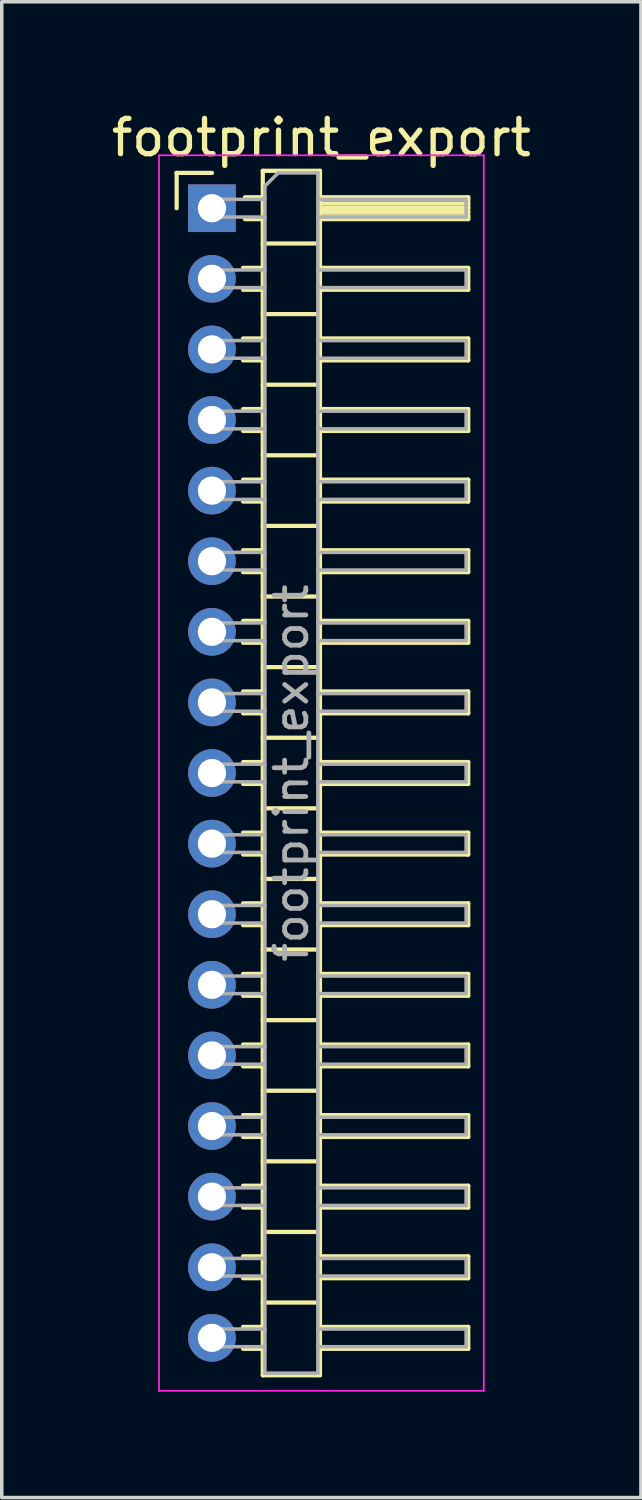
<source format=kicad_pcb>
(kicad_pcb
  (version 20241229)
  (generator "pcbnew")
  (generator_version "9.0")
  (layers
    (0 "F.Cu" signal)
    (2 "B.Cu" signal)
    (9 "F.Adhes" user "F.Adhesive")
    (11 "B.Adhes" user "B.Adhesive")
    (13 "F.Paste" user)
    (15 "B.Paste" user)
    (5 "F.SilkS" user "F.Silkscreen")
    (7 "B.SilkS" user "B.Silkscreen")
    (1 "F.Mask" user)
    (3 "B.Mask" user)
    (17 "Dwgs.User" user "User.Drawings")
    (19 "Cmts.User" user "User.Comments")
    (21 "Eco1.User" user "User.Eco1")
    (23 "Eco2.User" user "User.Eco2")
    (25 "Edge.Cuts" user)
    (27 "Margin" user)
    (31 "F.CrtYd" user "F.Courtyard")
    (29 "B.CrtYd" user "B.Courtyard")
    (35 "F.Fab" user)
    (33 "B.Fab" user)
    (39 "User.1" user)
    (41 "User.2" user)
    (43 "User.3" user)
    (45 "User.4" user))
  (footprint "footprint_export"
    (layer "F.Cu")
    (at 2.954 2.848)
    (property "Reference" "footprint_export" (at 3.1 -2 0) (layer "F.SilkS") (effects (font (size 1 1) (thickness 0.15))))
    (attr through_hole)
    (fp_line (start -1 -1) (end 0 -1) (stroke (width 0.12) (type solid)) (layer "F.SilkS"))
    (fp_line (start -1 0) (end -1 -1) (stroke (width 0.12) (type solid)) (layer "F.SilkS"))
    (fp_line (start 0.882 1.69) (end 1.44 1.69) (stroke (width 0.12) (type solid)) (layer "F.SilkS"))
    (fp_line (start 0.882 2.31) (end 1.44 2.31) (stroke (width 0.12) (type solid)) (layer "F.SilkS"))
    (fp_line (start 0.882 3.69) (end 1.44 3.69) (stroke (width 0.12) (type solid)) (layer "F.SilkS"))
    (fp_line (start 0.882 4.31) (end 1.44 4.31) (stroke (width 0.12) (type solid)) (layer "F.SilkS"))
    (fp_line (start 0.882 5.69) (end 1.44 5.69) (stroke (width 0.12) (type solid)) (layer "F.SilkS"))
    (fp_line (start 0.882 6.31) (end 1.44 6.31) (stroke (width 0.12) (type solid)) (layer "F.SilkS"))
    (fp_line (start 0.882 7.69) (end 1.44 7.69) (stroke (width 0.12) (type solid)) (layer "F.SilkS"))
    (fp_line (start 0.882 8.31) (end 1.44 8.31) (stroke (width 0.12) (type solid)) (layer "F.SilkS"))
    (fp_line (start 0.882 9.69) (end 1.44 9.69) (stroke (width 0.12) (type solid)) (layer "F.SilkS"))
    (fp_line (start 0.882 10.31) (end 1.44 10.31) (stroke (width 0.12) (type solid)) (layer "F.SilkS"))
    (fp_line (start 0.882 11.69) (end 1.44 11.69) (stroke (width 0.12) (type solid)) (layer "F.SilkS"))
    (fp_line (start 0.882 12.31) (end 1.44 12.31) (stroke (width 0.12) (type solid)) (layer "F.SilkS"))
    (fp_line (start 0.882 13.69) (end 1.44 13.69) (stroke (width 0.12) (type solid)) (layer "F.SilkS"))
    (fp_line (start 0.882 14.31) (end 1.44 14.31) (stroke (width 0.12) (type solid)) (layer "F.SilkS"))
    (fp_line (start 0.882 15.69) (end 1.44 15.69) (stroke (width 0.12) (type solid)) (layer "F.SilkS"))
    (fp_line (start 0.882 16.31) (end 1.44 16.31) (stroke (width 0.12) (type solid)) (layer "F.SilkS"))
    (fp_line (start 0.882 17.69) (end 1.44 17.69) (stroke (width 0.12) (type solid)) (layer "F.SilkS"))
    (fp_line (start 0.882 18.31) (end 1.44 18.31) (stroke (width 0.12) (type solid)) (layer "F.SilkS"))
    (fp_line (start 0.882 19.69) (end 1.44 19.69) (stroke (width 0.12) (type solid)) (layer "F.SilkS"))
    (fp_line (start 0.882 20.31) (end 1.44 20.31) (stroke (width 0.12) (type solid)) (layer "F.SilkS"))
    (fp_line (start 0.882 21.69) (end 1.44 21.69) (stroke (width 0.12) (type solid)) (layer "F.SilkS"))
    (fp_line (start 0.882 22.31) (end 1.44 22.31) (stroke (width 0.12) (type solid)) (layer "F.SilkS"))
    (fp_line (start 0.882 23.69) (end 1.44 23.69) (stroke (width 0.12) (type solid)) (layer "F.SilkS"))
    (fp_line (start 0.882 24.31) (end 1.44 24.31) (stroke (width 0.12) (type solid)) (layer "F.SilkS"))
    (fp_line (start 0.882 25.69) (end 1.44 25.69) (stroke (width 0.12) (type solid)) (layer "F.SilkS"))
    (fp_line (start 0.882 26.31) (end 1.44 26.31) (stroke (width 0.12) (type solid)) (layer "F.SilkS"))
    (fp_line (start 0.882 27.69) (end 1.44 27.69) (stroke (width 0.12) (type solid)) (layer "F.SilkS"))
    (fp_line (start 0.882 28.31) (end 1.44 28.31) (stroke (width 0.12) (type solid)) (layer "F.SilkS"))
    (fp_line (start 0.882 29.69) (end 1.44 29.69) (stroke (width 0.12) (type solid)) (layer "F.SilkS"))
    (fp_line (start 0.882 30.31) (end 1.44 30.31) (stroke (width 0.12) (type solid)) (layer "F.SilkS"))
    (fp_line (start 0.882 31.69) (end 1.44 31.69) (stroke (width 0.12) (type solid)) (layer "F.SilkS"))
    (fp_line (start 0.882 32.31) (end 1.44 32.31) (stroke (width 0.12) (type solid)) (layer "F.SilkS"))
    (fp_line (start 0.935 -0.31) (end 1.44 -0.31) (stroke (width 0.12) (type solid)) (layer "F.SilkS"))
    (fp_line (start 0.935 0.31) (end 1.44 0.31) (stroke (width 0.12) (type solid)) (layer "F.SilkS"))
    (fp_line (start 1.44 -1.06) (end 1.44 33.06) (stroke (width 0.12) (type solid)) (layer "F.SilkS"))
    (fp_line (start 1.44 1) (end 3.06 1) (stroke (width 0.12) (type solid)) (layer "F.SilkS"))
    (fp_line (start 1.44 3) (end 3.06 3) (stroke (width 0.12) (type solid)) (layer "F.SilkS"))
    (fp_line (start 1.44 5) (end 3.06 5) (stroke (width 0.12) (type solid)) (layer "F.SilkS"))
    (fp_line (start 1.44 7) (end 3.06 7) (stroke (width 0.12) (type solid)) (layer "F.SilkS"))
    (fp_line (start 1.44 9) (end 3.06 9) (stroke (width 0.12) (type solid)) (layer "F.SilkS"))
    (fp_line (start 1.44 11) (end 3.06 11) (stroke (width 0.12) (type solid)) (layer "F.SilkS"))
    (fp_line (start 1.44 13) (end 3.06 13) (stroke (width 0.12) (type solid)) (layer "F.SilkS"))
    (fp_line (start 1.44 15) (end 3.06 15) (stroke (width 0.12) (type solid)) (layer "F.SilkS"))
    (fp_line (start 1.44 17) (end 3.06 17) (stroke (width 0.12) (type solid)) (layer "F.SilkS"))
    (fp_line (start 1.44 19) (end 3.06 19) (stroke (width 0.12) (type solid)) (layer "F.SilkS"))
    (fp_line (start 1.44 21) (end 3.06 21) (stroke (width 0.12) (type solid)) (layer "F.SilkS"))
    (fp_line (start 1.44 23) (end 3.06 23) (stroke (width 0.12) (type solid)) (layer "F.SilkS"))
    (fp_line (start 1.44 25) (end 3.06 25) (stroke (width 0.12) (type solid)) (layer "F.SilkS"))
    (fp_line (start 1.44 27) (end 3.06 27) (stroke (width 0.12) (type solid)) (layer "F.SilkS"))
    (fp_line (start 1.44 29) (end 3.06 29) (stroke (width 0.12) (type solid)) (layer "F.SilkS"))
    (fp_line (start 1.44 31) (end 3.06 31) (stroke (width 0.12) (type solid)) (layer "F.SilkS"))
    (fp_line (start 1.44 33.06) (end 3.06 33.06) (stroke (width 0.12) (type solid)) (layer "F.SilkS"))
    (fp_line (start 3.06 -1.06) (end 1.44 -1.06) (stroke (width 0.12) (type solid)) (layer "F.SilkS"))
    (fp_line (start 3.06 -0.31) (end 7.26 -0.31) (stroke (width 0.12) (type solid)) (layer "F.SilkS"))
    (fp_line (start 3.06 -0.25) (end 7.26 -0.25) (stroke (width 0.12) (type solid)) (layer "F.SilkS"))
    (fp_line (start 3.06 -0.13) (end 7.26 -0.13) (stroke (width 0.12) (type solid)) (layer "F.SilkS"))
    (fp_line (start 3.06 -0.01) (end 7.26 -0.01) (stroke (width 0.12) (type solid)) (layer "F.SilkS"))
    (fp_line (start 3.06 0.11) (end 7.26 0.11) (stroke (width 0.12) (type solid)) (layer "F.SilkS"))
    (fp_line (start 3.06 0.23) (end 7.26 0.23) (stroke (width 0.12) (type solid)) (layer "F.SilkS"))
    (fp_line (start 3.06 1.69) (end 7.26 1.69) (stroke (width 0.12) (type solid)) (layer "F.SilkS"))
    (fp_line (start 3.06 3.69) (end 7.26 3.69) (stroke (width 0.12) (type solid)) (layer "F.SilkS"))
    (fp_line (start 3.06 5.69) (end 7.26 5.69) (stroke (width 0.12) (type solid)) (layer "F.SilkS"))
    (fp_line (start 3.06 7.69) (end 7.26 7.69) (stroke (width 0.12) (type solid)) (layer "F.SilkS"))
    (fp_line (start 3.06 9.69) (end 7.26 9.69) (stroke (width 0.12) (type solid)) (layer "F.SilkS"))
    (fp_line (start 3.06 11.69) (end 7.26 11.69) (stroke (width 0.12) (type solid)) (layer "F.SilkS"))
    (fp_line (start 3.06 13.69) (end 7.26 13.69) (stroke (width 0.12) (type solid)) (layer "F.SilkS"))
    (fp_line (start 3.06 15.69) (end 7.26 15.69) (stroke (width 0.12) (type solid)) (layer "F.SilkS"))
    (fp_line (start 3.06 17.69) (end 7.26 17.69) (stroke (width 0.12) (type solid)) (layer "F.SilkS"))
    (fp_line (start 3.06 19.69) (end 7.26 19.69) (stroke (width 0.12) (type solid)) (layer "F.SilkS"))
    (fp_line (start 3.06 21.69) (end 7.26 21.69) (stroke (width 0.12) (type solid)) (layer "F.SilkS"))
    (fp_line (start 3.06 23.69) (end 7.26 23.69) (stroke (width 0.12) (type solid)) (layer "F.SilkS"))
    (fp_line (start 3.06 25.69) (end 7.26 25.69) (stroke (width 0.12) (type solid)) (layer "F.SilkS"))
    (fp_line (start 3.06 27.69) (end 7.26 27.69) (stroke (width 0.12) (type solid)) (layer "F.SilkS"))
    (fp_line (start 3.06 29.69) (end 7.26 29.69) (stroke (width 0.12) (type solid)) (layer "F.SilkS"))
    (fp_line (start 3.06 31.69) (end 7.26 31.69) (stroke (width 0.12) (type solid)) (layer "F.SilkS"))
    (fp_line (start 3.06 33.06) (end 3.06 -1.06) (stroke (width 0.12) (type solid)) (layer "F.SilkS"))
    (fp_line (start 7.26 -0.31) (end 7.26 0.31) (stroke (width 0.12) (type solid)) (layer "F.SilkS"))
    (fp_line (start 7.26 0.31) (end 3.06 0.31) (stroke (width 0.12) (type solid)) (layer "F.SilkS"))
    (fp_line (start 7.26 1.69) (end 7.26 2.31) (stroke (width 0.12) (type solid)) (layer "F.SilkS"))
    (fp_line (start 7.26 2.31) (end 3.06 2.31) (stroke (width 0.12) (type solid)) (layer "F.SilkS"))
    (fp_line (start 7.26 3.69) (end 7.26 4.31) (stroke (width 0.12) (type solid)) (layer "F.SilkS"))
    (fp_line (start 7.26 4.31) (end 3.06 4.31) (stroke (width 0.12) (type solid)) (layer "F.SilkS"))
    (fp_line (start 7.26 5.69) (end 7.26 6.31) (stroke (width 0.12) (type solid)) (layer "F.SilkS"))
    (fp_line (start 7.26 6.31) (end 3.06 6.31) (stroke (width 0.12) (type solid)) (layer "F.SilkS"))
    (fp_line (start 7.26 7.69) (end 7.26 8.31) (stroke (width 0.12) (type solid)) (layer "F.SilkS"))
    (fp_line (start 7.26 8.31) (end 3.06 8.31) (stroke (width 0.12) (type solid)) (layer "F.SilkS"))
    (fp_line (start 7.26 9.69) (end 7.26 10.31) (stroke (width 0.12) (type solid)) (layer "F.SilkS"))
    (fp_line (start 7.26 10.31) (end 3.06 10.31) (stroke (width 0.12) (type solid)) (layer "F.SilkS"))
    (fp_line (start 7.26 11.69) (end 7.26 12.31) (stroke (width 0.12) (type solid)) (layer "F.SilkS"))
    (fp_line (start 7.26 12.31) (end 3.06 12.31) (stroke (width 0.12) (type solid)) (layer "F.SilkS"))
    (fp_line (start 7.26 13.69) (end 7.26 14.31) (stroke (width 0.12) (type solid)) (layer "F.SilkS"))
    (fp_line (start 7.26 14.31) (end 3.06 14.31) (stroke (width 0.12) (type solid)) (layer "F.SilkS"))
    (fp_line (start 7.26 15.69) (end 7.26 16.31) (stroke (width 0.12) (type solid)) (layer "F.SilkS"))
    (fp_line (start 7.26 16.31) (end 3.06 16.31) (stroke (width 0.12) (type solid)) (layer "F.SilkS"))
    (fp_line (start 7.26 17.69) (end 7.26 18.31) (stroke (width 0.12) (type solid)) (layer "F.SilkS"))
    (fp_line (start 7.26 18.31) (end 3.06 18.31) (stroke (width 0.12) (type solid)) (layer "F.SilkS"))
    (fp_line (start 7.26 19.69) (end 7.26 20.31) (stroke (width 0.12) (type solid)) (layer "F.SilkS"))
    (fp_line (start 7.26 20.31) (end 3.06 20.31) (stroke (width 0.12) (type solid)) (layer "F.SilkS"))
    (fp_line (start 7.26 21.69) (end 7.26 22.31) (stroke (width 0.12) (type solid)) (layer "F.SilkS"))
    (fp_line (start 7.26 22.31) (end 3.06 22.31) (stroke (width 0.12) (type solid)) (layer "F.SilkS"))
    (fp_line (start 7.26 23.69) (end 7.26 24.31) (stroke (width 0.12) (type solid)) (layer "F.SilkS"))
    (fp_line (start 7.26 24.31) (end 3.06 24.31) (stroke (width 0.12) (type solid)) (layer "F.SilkS"))
    (fp_line (start 7.26 25.69) (end 7.26 26.31) (stroke (width 0.12) (type solid)) (layer "F.SilkS"))
    (fp_line (start 7.26 26.31) (end 3.06 26.31) (stroke (width 0.12) (type solid)) (layer "F.SilkS"))
    (fp_line (start 7.26 27.69) (end 7.26 28.31) (stroke (width 0.12) (type solid)) (layer "F.SilkS"))
    (fp_line (start 7.26 28.31) (end 3.06 28.31) (stroke (width 0.12) (type solid)) (layer "F.SilkS"))
    (fp_line (start 7.26 29.69) (end 7.26 30.31) (stroke (width 0.12) (type solid)) (layer "F.SilkS"))
    (fp_line (start 7.26 30.31) (end 3.06 30.31) (stroke (width 0.12) (type solid)) (layer "F.SilkS"))
    (fp_line (start 7.26 31.69) (end 7.26 32.31) (stroke (width 0.12) (type solid)) (layer "F.SilkS"))
    (fp_line (start 7.26 32.31) (end 3.06 32.31) (stroke (width 0.12) (type solid)) (layer "F.SilkS"))
    (fp_line (start -1.5 -1.5) (end -1.5 33.5) (stroke (width 0.05) (type solid)) (layer "F.CrtYd"))
    (fp_line (start -1.5 33.5) (end 7.7 33.5) (stroke (width 0.05) (type solid)) (layer "F.CrtYd"))
    (fp_line (start 7.7 -1.5) (end -1.5 -1.5) (stroke (width 0.05) (type solid)) (layer "F.CrtYd"))
    (fp_line (start 7.7 33.5) (end 7.7 -1.5) (stroke (width 0.05) (type solid)) (layer "F.CrtYd"))
    (fp_line (start -0.25 -0.25) (end -0.25 0.25) (stroke (width 0.1) (type solid)) (layer "F.Fab"))
    (fp_line (start -0.25 -0.25) (end 1.5 -0.25) (stroke (width 0.1) (type solid)) (layer "F.Fab"))
    (fp_line (start -0.25 0.25) (end 1.5 0.25) (stroke (width 0.1) (type solid)) (layer "F.Fab"))
    (fp_line (start -0.25 1.75) (end -0.25 2.25) (stroke (width 0.1) (type solid)) (layer "F.Fab"))
    (fp_line (start -0.25 1.75) (end 1.5 1.75) (stroke (width 0.1) (type solid)) (layer "F.Fab"))
    (fp_line (start -0.25 2.25) (end 1.5 2.25) (stroke (width 0.1) (type solid)) (layer "F.Fab"))
    (fp_line (start -0.25 3.75) (end -0.25 4.25) (stroke (width 0.1) (type solid)) (layer "F.Fab"))
    (fp_line (start -0.25 3.75) (end 1.5 3.75) (stroke (width 0.1) (type solid)) (layer "F.Fab"))
    (fp_line (start -0.25 4.25) (end 1.5 4.25) (stroke (width 0.1) (type solid)) (layer "F.Fab"))
    (fp_line (start -0.25 5.75) (end -0.25 6.25) (stroke (width 0.1) (type solid)) (layer "F.Fab"))
    (fp_line (start -0.25 5.75) (end 1.5 5.75) (stroke (width 0.1) (type solid)) (layer "F.Fab"))
    (fp_line (start -0.25 6.25) (end 1.5 6.25) (stroke (width 0.1) (type solid)) (layer "F.Fab"))
    (fp_line (start -0.25 7.75) (end -0.25 8.25) (stroke (width 0.1) (type solid)) (layer "F.Fab"))
    (fp_line (start -0.25 7.75) (end 1.5 7.75) (stroke (width 0.1) (type solid)) (layer "F.Fab"))
    (fp_line (start -0.25 8.25) (end 1.5 8.25) (stroke (width 0.1) (type solid)) (layer "F.Fab"))
    (fp_line (start -0.25 9.75) (end -0.25 10.25) (stroke (width 0.1) (type solid)) (layer "F.Fab"))
    (fp_line (start -0.25 9.75) (end 1.5 9.75) (stroke (width 0.1) (type solid)) (layer "F.Fab"))
    (fp_line (start -0.25 10.25) (end 1.5 10.25) (stroke (width 0.1) (type solid)) (layer "F.Fab"))
    (fp_line (start -0.25 11.75) (end -0.25 12.25) (stroke (width 0.1) (type solid)) (layer "F.Fab"))
    (fp_line (start -0.25 11.75) (end 1.5 11.75) (stroke (width 0.1) (type solid)) (layer "F.Fab"))
    (fp_line (start -0.25 12.25) (end 1.5 12.25) (stroke (width 0.1) (type solid)) (layer "F.Fab"))
    (fp_line (start -0.25 13.75) (end -0.25 14.25) (stroke (width 0.1) (type solid)) (layer "F.Fab"))
    (fp_line (start -0.25 13.75) (end 1.5 13.75) (stroke (width 0.1) (type solid)) (layer "F.Fab"))
    (fp_line (start -0.25 14.25) (end 1.5 14.25) (stroke (width 0.1) (type solid)) (layer "F.Fab"))
    (fp_line (start -0.25 15.75) (end -0.25 16.25) (stroke (width 0.1) (type solid)) (layer "F.Fab"))
    (fp_line (start -0.25 15.75) (end 1.5 15.75) (stroke (width 0.1) (type solid)) (layer "F.Fab"))
    (fp_line (start -0.25 16.25) (end 1.5 16.25) (stroke (width 0.1) (type solid)) (layer "F.Fab"))
    (fp_line (start -0.25 17.75) (end -0.25 18.25) (stroke (width 0.1) (type solid)) (layer "F.Fab"))
    (fp_line (start -0.25 17.75) (end 1.5 17.75) (stroke (width 0.1) (type solid)) (layer "F.Fab"))
    (fp_line (start -0.25 18.25) (end 1.5 18.25) (stroke (width 0.1) (type solid)) (layer "F.Fab"))
    (fp_line (start -0.25 19.75) (end -0.25 20.25) (stroke (width 0.1) (type solid)) (layer "F.Fab"))
    (fp_line (start -0.25 19.75) (end 1.5 19.75) (stroke (width 0.1) (type solid)) (layer "F.Fab"))
    (fp_line (start -0.25 20.25) (end 1.5 20.25) (stroke (width 0.1) (type solid)) (layer "F.Fab"))
    (fp_line (start -0.25 21.75) (end -0.25 22.25) (stroke (width 0.1) (type solid)) (layer "F.Fab"))
    (fp_line (start -0.25 21.75) (end 1.5 21.75) (stroke (width 0.1) (type solid)) (layer "F.Fab"))
    (fp_line (start -0.25 22.25) (end 1.5 22.25) (stroke (width 0.1) (type solid)) (layer "F.Fab"))
    (fp_line (start -0.25 23.75) (end -0.25 24.25) (stroke (width 0.1) (type solid)) (layer "F.Fab"))
    (fp_line (start -0.25 23.75) (end 1.5 23.75) (stroke (width 0.1) (type solid)) (layer "F.Fab"))
    (fp_line (start -0.25 24.25) (end 1.5 24.25) (stroke (width 0.1) (type solid)) (layer "F.Fab"))
    (fp_line (start -0.25 25.75) (end -0.25 26.25) (stroke (width 0.1) (type solid)) (layer "F.Fab"))
    (fp_line (start -0.25 25.75) (end 1.5 25.75) (stroke (width 0.1) (type solid)) (layer "F.Fab"))
    (fp_line (start -0.25 26.25) (end 1.5 26.25) (stroke (width 0.1) (type solid)) (layer "F.Fab"))
    (fp_line (start -0.25 27.75) (end -0.25 28.25) (stroke (width 0.1) (type solid)) (layer "F.Fab"))
    (fp_line (start -0.25 27.75) (end 1.5 27.75) (stroke (width 0.1) (type solid)) (layer "F.Fab"))
    (fp_line (start -0.25 28.25) (end 1.5 28.25) (stroke (width 0.1) (type solid)) (layer "F.Fab"))
    (fp_line (start -0.25 29.75) (end -0.25 30.25) (stroke (width 0.1) (type solid)) (layer "F.Fab"))
    (fp_line (start -0.25 29.75) (end 1.5 29.75) (stroke (width 0.1) (type solid)) (layer "F.Fab"))
    (fp_line (start -0.25 30.25) (end 1.5 30.25) (stroke (width 0.1) (type solid)) (layer "F.Fab"))
    (fp_line (start -0.25 31.75) (end -0.25 32.25) (stroke (width 0.1) (type solid)) (layer "F.Fab"))
    (fp_line (start -0.25 31.75) (end 1.5 31.75) (stroke (width 0.1) (type solid)) (layer "F.Fab"))
    (fp_line (start -0.25 32.25) (end 1.5 32.25) (stroke (width 0.1) (type solid)) (layer "F.Fab"))
    (fp_line (start 1.5 -0.625) (end 1.875 -1) (stroke (width 0.1) (type solid)) (layer "F.Fab"))
    (fp_line (start 1.5 33) (end 1.5 -0.625) (stroke (width 0.1) (type solid)) (layer "F.Fab"))
    (fp_line (start 1.875 -1) (end 3 -1) (stroke (width 0.1) (type solid)) (layer "F.Fab"))
    (fp_line (start 3 -1) (end 3 33) (stroke (width 0.1) (type solid)) (layer "F.Fab"))
    (fp_line (start 3 -0.25) (end 7.2 -0.25) (stroke (width 0.1) (type solid)) (layer "F.Fab"))
    (fp_line (start 3 0.25) (end 7.2 0.25) (stroke (width 0.1) (type solid)) (layer "F.Fab"))
    (fp_line (start 3 1.75) (end 7.2 1.75) (stroke (width 0.1) (type solid)) (layer "F.Fab"))
    (fp_line (start 3 2.25) (end 7.2 2.25) (stroke (width 0.1) (type solid)) (layer "F.Fab"))
    (fp_line (start 3 3.75) (end 7.2 3.75) (stroke (width 0.1) (type solid)) (layer "F.Fab"))
    (fp_line (start 3 4.25) (end 7.2 4.25) (stroke (width 0.1) (type solid)) (layer "F.Fab"))
    (fp_line (start 3 5.75) (end 7.2 5.75) (stroke (width 0.1) (type solid)) (layer "F.Fab"))
    (fp_line (start 3 6.25) (end 7.2 6.25) (stroke (width 0.1) (type solid)) (layer "F.Fab"))
    (fp_line (start 3 7.75) (end 7.2 7.75) (stroke (width 0.1) (type solid)) (layer "F.Fab"))
    (fp_line (start 3 8.25) (end 7.2 8.25) (stroke (width 0.1) (type solid)) (layer "F.Fab"))
    (fp_line (start 3 9.75) (end 7.2 9.75) (stroke (width 0.1) (type solid)) (layer "F.Fab"))
    (fp_line (start 3 10.25) (end 7.2 10.25) (stroke (width 0.1) (type solid)) (layer "F.Fab"))
    (fp_line (start 3 11.75) (end 7.2 11.75) (stroke (width 0.1) (type solid)) (layer "F.Fab"))
    (fp_line (start 3 12.25) (end 7.2 12.25) (stroke (width 0.1) (type solid)) (layer "F.Fab"))
    (fp_line (start 3 13.75) (end 7.2 13.75) (stroke (width 0.1) (type solid)) (layer "F.Fab"))
    (fp_line (start 3 14.25) (end 7.2 14.25) (stroke (width 0.1) (type solid)) (layer "F.Fab"))
    (fp_line (start 3 15.75) (end 7.2 15.75) (stroke (width 0.1) (type solid)) (layer "F.Fab"))
    (fp_line (start 3 16.25) (end 7.2 16.25) (stroke (width 0.1) (type solid)) (layer "F.Fab"))
    (fp_line (start 3 17.75) (end 7.2 17.75) (stroke (width 0.1) (type solid)) (layer "F.Fab"))
    (fp_line (start 3 18.25) (end 7.2 18.25) (stroke (width 0.1) (type solid)) (layer "F.Fab"))
    (fp_line (start 3 19.75) (end 7.2 19.75) (stroke (width 0.1) (type solid)) (layer "F.Fab"))
    (fp_line (start 3 20.25) (end 7.2 20.25) (stroke (width 0.1) (type solid)) (layer "F.Fab"))
    (fp_line (start 3 21.75) (end 7.2 21.75) (stroke (width 0.1) (type solid)) (layer "F.Fab"))
    (fp_line (start 3 22.25) (end 7.2 22.25) (stroke (width 0.1) (type solid)) (layer "F.Fab"))
    (fp_line (start 3 23.75) (end 7.2 23.75) (stroke (width 0.1) (type solid)) (layer "F.Fab"))
    (fp_line (start 3 24.25) (end 7.2 24.25) (stroke (width 0.1) (type solid)) (layer "F.Fab"))
    (fp_line (start 3 25.75) (end 7.2 25.75) (stroke (width 0.1) (type solid)) (layer "F.Fab"))
    (fp_line (start 3 26.25) (end 7.2 26.25) (stroke (width 0.1) (type solid)) (layer "F.Fab"))
    (fp_line (start 3 27.75) (end 7.2 27.75) (stroke (width 0.1) (type solid)) (layer "F.Fab"))
    (fp_line (start 3 28.25) (end 7.2 28.25) (stroke (width 0.1) (type solid)) (layer "F.Fab"))
    (fp_line (start 3 29.75) (end 7.2 29.75) (stroke (width 0.1) (type solid)) (layer "F.Fab"))
    (fp_line (start 3 30.25) (end 7.2 30.25) (stroke (width 0.1) (type solid)) (layer "F.Fab"))
    (fp_line (start 3 31.75) (end 7.2 31.75) (stroke (width 0.1) (type solid)) (layer "F.Fab"))
    (fp_line (start 3 32.25) (end 7.2 32.25) (stroke (width 0.1) (type solid)) (layer "F.Fab"))
    (fp_line (start 3 33) (end 1.5 33) (stroke (width 0.1) (type solid)) (layer "F.Fab"))
    (fp_line (start 7.2 -0.25) (end 7.2 0.25) (stroke (width 0.1) (type solid)) (layer "F.Fab"))
    (fp_line (start 7.2 1.75) (end 7.2 2.25) (stroke (width 0.1) (type solid)) (layer "F.Fab"))
    (fp_line (start 7.2 3.75) (end 7.2 4.25) (stroke (width 0.1) (type solid)) (layer "F.Fab"))
    (fp_line (start 7.2 5.75) (end 7.2 6.25) (stroke (width 0.1) (type solid)) (layer "F.Fab"))
    (fp_line (start 7.2 7.75) (end 7.2 8.25) (stroke (width 0.1) (type solid)) (layer "F.Fab"))
    (fp_line (start 7.2 9.75) (end 7.2 10.25) (stroke (width 0.1) (type solid)) (layer "F.Fab"))
    (fp_line (start 7.2 11.75) (end 7.2 12.25) (stroke (width 0.1) (type solid)) (layer "F.Fab"))
    (fp_line (start 7.2 13.75) (end 7.2 14.25) (stroke (width 0.1) (type solid)) (layer "F.Fab"))
    (fp_line (start 7.2 15.75) (end 7.2 16.25) (stroke (width 0.1) (type solid)) (layer "F.Fab"))
    (fp_line (start 7.2 17.75) (end 7.2 18.25) (stroke (width 0.1) (type solid)) (layer "F.Fab"))
    (fp_line (start 7.2 19.75) (end 7.2 20.25) (stroke (width 0.1) (type solid)) (layer "F.Fab"))
    (fp_line (start 7.2 21.75) (end 7.2 22.25) (stroke (width 0.1) (type solid)) (layer "F.Fab"))
    (fp_line (start 7.2 23.75) (end 7.2 24.25) (stroke (width 0.1) (type solid)) (layer "F.Fab"))
    (fp_line (start 7.2 25.75) (end 7.2 26.25) (stroke (width 0.1) (type solid)) (layer "F.Fab"))
    (fp_line (start 7.2 27.75) (end 7.2 28.25) (stroke (width 0.1) (type solid)) (layer "F.Fab"))
    (fp_line (start 7.2 29.75) (end 7.2 30.25) (stroke (width 0.1) (type solid)) (layer "F.Fab"))
    (fp_line (start 7.2 31.75) (end 7.2 32.25) (stroke (width 0.1) (type solid)) (layer "F.Fab"))
    (fp_text user "${REFERENCE}" (at 2.25 16 90) (layer "F.Fab") (effects (font (size 0.9 0.9) (thickness 0.135))))
    (pad "1" thru_hole rect (at 0 0) (size 1.35 1.35) (drill 0.8) (layers "*.Cu" "*.Mask"))
    (pad "2" thru_hole oval (at 0 2) (size 1.35 1.35) (drill 0.8) (layers "*.Cu" "*.Mask"))
    (pad "3" thru_hole oval (at 0 4) (size 1.35 1.35) (drill 0.8) (layers "*.Cu" "*.Mask"))
    (pad "4" thru_hole oval (at 0 6) (size 1.35 1.35) (drill 0.8) (layers "*.Cu" "*.Mask"))
    (pad "5" thru_hole oval (at 0 8) (size 1.35 1.35) (drill 0.8) (layers "*.Cu" "*.Mask"))
    (pad "6" thru_hole oval (at 0 10) (size 1.35 1.35) (drill 0.8) (layers "*.Cu" "*.Mask"))
    (pad "7" thru_hole oval (at 0 12) (size 1.35 1.35) (drill 0.8) (layers "*.Cu" "*.Mask"))
    (pad "8" thru_hole oval (at 0 14) (size 1.35 1.35) (drill 0.8) (layers "*.Cu" "*.Mask"))
    (pad "9" thru_hole oval (at 0 16) (size 1.35 1.35) (drill 0.8) (layers "*.Cu" "*.Mask"))
    (pad "10" thru_hole oval (at 0 18) (size 1.35 1.35) (drill 0.8) (layers "*.Cu" "*.Mask"))
    (pad "11" thru_hole oval (at 0 20) (size 1.35 1.35) (drill 0.8) (layers "*.Cu" "*.Mask"))
    (pad "12" thru_hole oval (at 0 22) (size 1.35 1.35) (drill 0.8) (layers "*.Cu" "*.Mask"))
    (pad "13" thru_hole oval (at 0 24) (size 1.35 1.35) (drill 0.8) (layers "*.Cu" "*.Mask"))
    (pad "14" thru_hole oval (at 0 26) (size 1.35 1.35) (drill 0.8) (layers "*.Cu" "*.Mask"))
    (pad "15" thru_hole oval (at 0 28) (size 1.35 1.35) (drill 0.8) (layers "*.Cu" "*.Mask"))
    (pad "16" thru_hole oval (at 0 30) (size 1.35 1.35) (drill 0.8) (layers "*.Cu" "*.Mask"))
    (pad "17" thru_hole oval (at 0 32) (size 1.35 1.35) (drill 0.8) (layers "*.Cu" "*.Mask")))
  (gr_rect
    (start -3 -3)
    (end 15.107 39.373)
    (stroke (width 0.1) (type default))
    (fill no)
    (layer "Edge.Cuts")))
</source>
